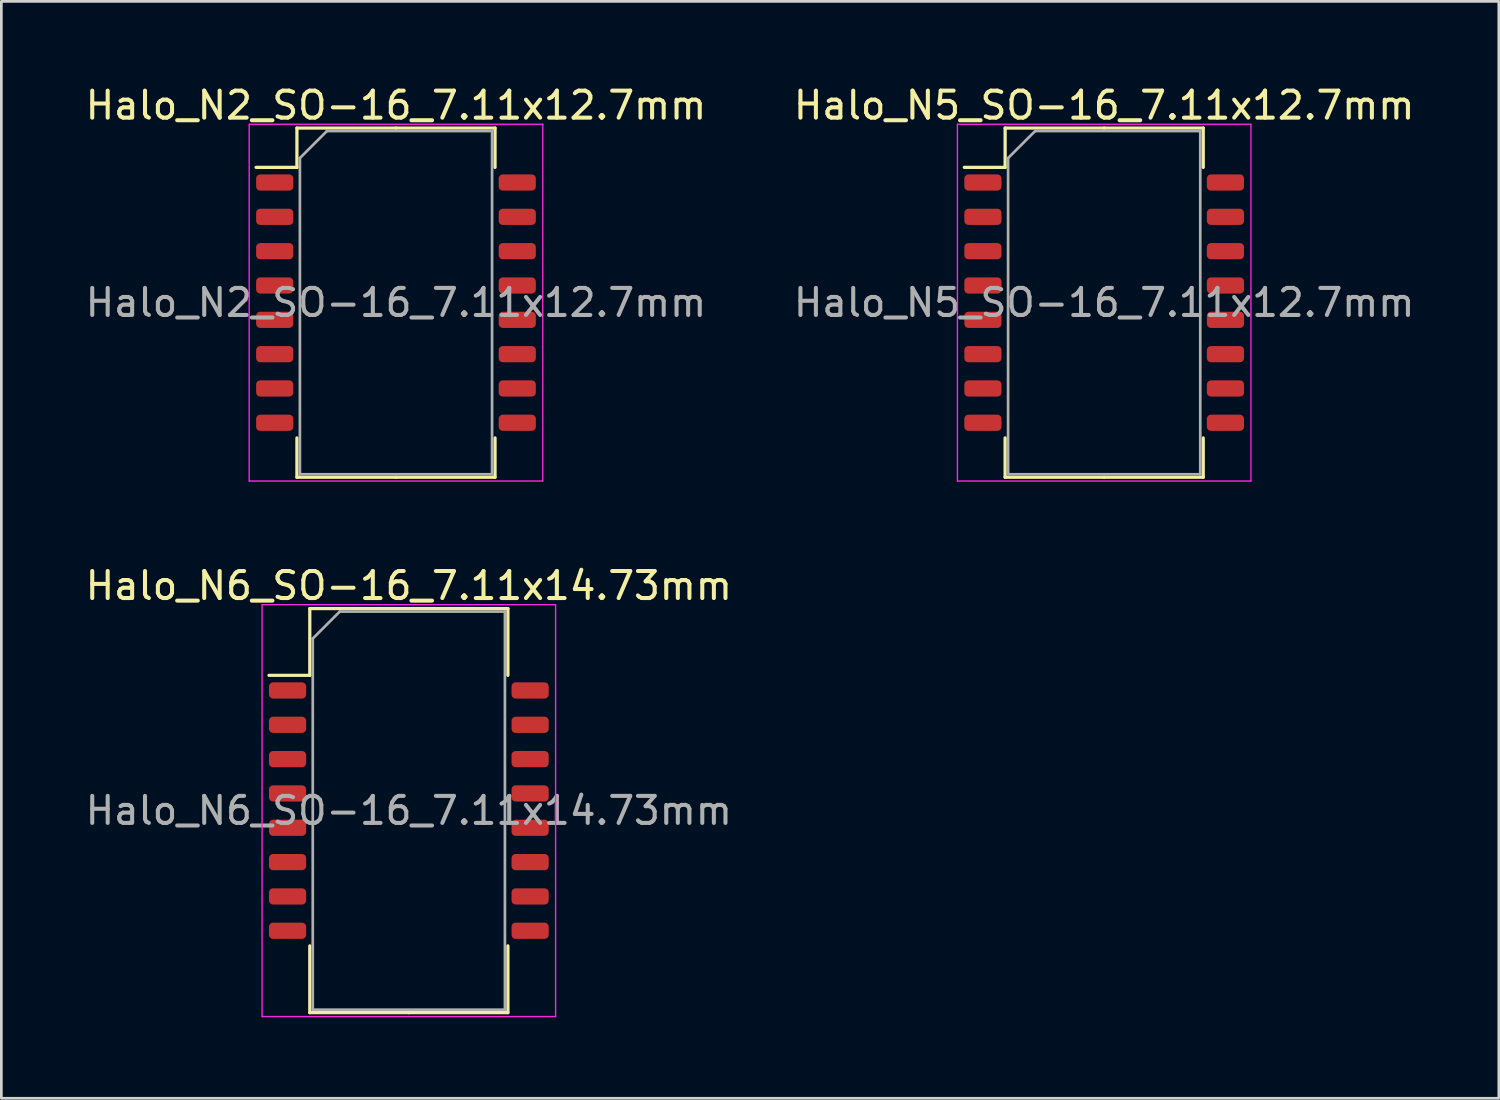
<source format=kicad_pcb>
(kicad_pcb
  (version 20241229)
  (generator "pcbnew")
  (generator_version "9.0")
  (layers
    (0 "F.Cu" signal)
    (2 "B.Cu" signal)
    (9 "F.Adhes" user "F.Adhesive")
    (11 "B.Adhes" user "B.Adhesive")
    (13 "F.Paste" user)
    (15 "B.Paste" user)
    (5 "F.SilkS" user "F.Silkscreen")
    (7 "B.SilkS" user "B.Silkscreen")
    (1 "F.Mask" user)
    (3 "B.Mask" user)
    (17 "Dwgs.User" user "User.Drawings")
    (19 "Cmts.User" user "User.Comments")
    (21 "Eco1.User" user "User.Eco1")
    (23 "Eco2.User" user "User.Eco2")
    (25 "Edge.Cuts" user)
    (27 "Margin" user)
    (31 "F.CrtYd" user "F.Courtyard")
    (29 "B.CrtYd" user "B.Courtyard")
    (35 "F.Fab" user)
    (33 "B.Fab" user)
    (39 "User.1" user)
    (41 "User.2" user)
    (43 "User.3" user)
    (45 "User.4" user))
  (footprint "Halo_N6_SO-16_7.11x14.73mm"
    (layer "F.Cu")
    (at 12.077 26.942)
    (property "Reference" "Halo_N6_SO-16_7.11x14.73mm" (at 0 -8.32 0) (layer "F.SilkS") (effects (font (size 1 1) (thickness 0.15))))
    (attr smd)
    (fp_line (start -3.665 -7.475) (end -3.665 -5.005) (stroke (width 0.12) (type solid)) (layer "F.SilkS"))
    (fp_line (start -3.665 -5.005) (end -5.175 -5.005) (stroke (width 0.12) (type solid)) (layer "F.SilkS"))
    (fp_line (start -3.665 7.475) (end -3.665 5.005) (stroke (width 0.12) (type solid)) (layer "F.SilkS"))
    (fp_line (start 0 -7.475) (end -3.665 -7.475) (stroke (width 0.12) (type solid)) (layer "F.SilkS"))
    (fp_line (start 0 -7.475) (end 3.665 -7.475) (stroke (width 0.12) (type solid)) (layer "F.SilkS"))
    (fp_line (start 0 7.475) (end -3.665 7.475) (stroke (width 0.12) (type solid)) (layer "F.SilkS"))
    (fp_line (start 0 7.475) (end 3.665 7.475) (stroke (width 0.12) (type solid)) (layer "F.SilkS"))
    (fp_line (start 3.665 -7.475) (end 3.665 -5.005) (stroke (width 0.12) (type solid)) (layer "F.SilkS"))
    (fp_line (start 3.665 7.475) (end 3.665 5.005) (stroke (width 0.12) (type solid)) (layer "F.SilkS"))
    (fp_line (start -5.43 -7.62) (end -5.43 7.62) (stroke (width 0.05) (type solid)) (layer "F.CrtYd"))
    (fp_line (start -5.43 7.62) (end 5.43 7.62) (stroke (width 0.05) (type solid)) (layer "F.CrtYd"))
    (fp_line (start 5.43 -7.62) (end -5.43 -7.62) (stroke (width 0.05) (type solid)) (layer "F.CrtYd"))
    (fp_line (start 5.43 7.62) (end 5.43 -7.62) (stroke (width 0.05) (type solid)) (layer "F.CrtYd"))
    (fp_line (start -3.555 -6.365) (end -2.555 -7.365) (stroke (width 0.1) (type solid)) (layer "F.Fab"))
    (fp_line (start -3.555 7.365) (end -3.555 -6.365) (stroke (width 0.1) (type solid)) (layer "F.Fab"))
    (fp_line (start -2.555 -7.365) (end 3.555 -7.365) (stroke (width 0.1) (type solid)) (layer "F.Fab"))
    (fp_line (start 3.555 -7.365) (end 3.555 7.365) (stroke (width 0.1) (type solid)) (layer "F.Fab"))
    (fp_line (start 3.555 7.365) (end -3.555 7.365) (stroke (width 0.1) (type solid)) (layer "F.Fab"))
    (fp_text user "${REFERENCE}" (at 0 0 0) (layer "F.Fab") (effects (font (size 1 1) (thickness 0.15))))
    (pad "1" smd roundrect (at -4.487 -4.445) (size 1.375 0.6) (layers "F.Cu" "F.Mask" "F.Paste") (roundrect_rratio 0.25))
    (pad "2" smd roundrect (at -4.487 -3.175) (size 1.375 0.6) (layers "F.Cu" "F.Mask" "F.Paste") (roundrect_rratio 0.25))
    (pad "3" smd roundrect (at -4.487 -1.905) (size 1.375 0.6) (layers "F.Cu" "F.Mask" "F.Paste") (roundrect_rratio 0.25))
    (pad "4" smd roundrect (at -4.487 -0.635) (size 1.375 0.6) (layers "F.Cu" "F.Mask" "F.Paste") (roundrect_rratio 0.25))
    (pad "5" smd roundrect (at -4.487 0.635) (size 1.375 0.6) (layers "F.Cu" "F.Mask" "F.Paste") (roundrect_rratio 0.25))
    (pad "6" smd roundrect (at -4.487 1.905) (size 1.375 0.6) (layers "F.Cu" "F.Mask" "F.Paste") (roundrect_rratio 0.25))
    (pad "7" smd roundrect (at -4.487 3.175) (size 1.375 0.6) (layers "F.Cu" "F.Mask" "F.Paste") (roundrect_rratio 0.25))
    (pad "8" smd roundrect (at -4.487 4.445) (size 1.375 0.6) (layers "F.Cu" "F.Mask" "F.Paste") (roundrect_rratio 0.25))
    (pad "9" smd roundrect (at 4.487 4.445) (size 1.375 0.6) (layers "F.Cu" "F.Mask" "F.Paste") (roundrect_rratio 0.25))
    (pad "10" smd roundrect (at 4.487 3.175) (size 1.375 0.6) (layers "F.Cu" "F.Mask" "F.Paste") (roundrect_rratio 0.25))
    (pad "11" smd roundrect (at 4.487 1.905) (size 1.375 0.6) (layers "F.Cu" "F.Mask" "F.Paste") (roundrect_rratio 0.25))
    (pad "12" smd roundrect (at 4.487 0.635) (size 1.375 0.6) (layers "F.Cu" "F.Mask" "F.Paste") (roundrect_rratio 0.25))
    (pad "13" smd roundrect (at 4.487 -0.635) (size 1.375 0.6) (layers "F.Cu" "F.Mask" "F.Paste") (roundrect_rratio 0.25))
    (pad "14" smd roundrect (at 4.487 -1.905) (size 1.375 0.6) (layers "F.Cu" "F.Mask" "F.Paste") (roundrect_rratio 0.25))
    (pad "15" smd roundrect (at 4.487 -3.175) (size 1.375 0.6) (layers "F.Cu" "F.Mask" "F.Paste") (roundrect_rratio 0.25))
    (pad "16" smd roundrect (at 4.487 -4.445) (size 1.375 0.6) (layers "F.Cu" "F.Mask" "F.Paste") (roundrect_rratio 0.25)))
  (footprint "Halo_N5_SO-16_7.11x12.7mm"
    (layer "F.Cu")
    (at 37.804 8.148)
    (property "Reference" "Halo_N5_SO-16_7.11x12.7mm" (at 0 -7.3 0) (layer "F.SilkS") (effects (font (size 1 1) (thickness 0.15))))
    (attr smd)
    (fp_line (start -3.665 -6.46) (end -3.665 -5.005) (stroke (width 0.12) (type solid)) (layer "F.SilkS"))
    (fp_line (start -3.665 -5.005) (end -5.175 -5.005) (stroke (width 0.12) (type solid)) (layer "F.SilkS"))
    (fp_line (start -3.665 6.46) (end -3.665 5.005) (stroke (width 0.12) (type solid)) (layer "F.SilkS"))
    (fp_line (start 0 -6.46) (end -3.665 -6.46) (stroke (width 0.12) (type solid)) (layer "F.SilkS"))
    (fp_line (start 0 -6.46) (end 3.665 -6.46) (stroke (width 0.12) (type solid)) (layer "F.SilkS"))
    (fp_line (start 0 6.46) (end -3.665 6.46) (stroke (width 0.12) (type solid)) (layer "F.SilkS"))
    (fp_line (start 0 6.46) (end 3.665 6.46) (stroke (width 0.12) (type solid)) (layer "F.SilkS"))
    (fp_line (start 3.665 -6.46) (end 3.665 -5.005) (stroke (width 0.12) (type solid)) (layer "F.SilkS"))
    (fp_line (start 3.665 6.46) (end 3.665 5.005) (stroke (width 0.12) (type solid)) (layer "F.SilkS"))
    (fp_line (start -5.43 -6.6) (end -5.43 6.6) (stroke (width 0.05) (type solid)) (layer "F.CrtYd"))
    (fp_line (start -5.43 6.6) (end 5.43 6.6) (stroke (width 0.05) (type solid)) (layer "F.CrtYd"))
    (fp_line (start 5.43 -6.6) (end -5.43 -6.6) (stroke (width 0.05) (type solid)) (layer "F.CrtYd"))
    (fp_line (start 5.43 6.6) (end 5.43 -6.6) (stroke (width 0.05) (type solid)) (layer "F.CrtYd"))
    (fp_line (start -3.555 -5.35) (end -2.555 -6.35) (stroke (width 0.1) (type solid)) (layer "F.Fab"))
    (fp_line (start -3.555 6.35) (end -3.555 -5.35) (stroke (width 0.1) (type solid)) (layer "F.Fab"))
    (fp_line (start -2.555 -6.35) (end 3.555 -6.35) (stroke (width 0.1) (type solid)) (layer "F.Fab"))
    (fp_line (start 3.555 -6.35) (end 3.555 6.35) (stroke (width 0.1) (type solid)) (layer "F.Fab"))
    (fp_line (start 3.555 6.35) (end -3.555 6.35) (stroke (width 0.1) (type solid)) (layer "F.Fab"))
    (fp_text user "${REFERENCE}" (at 0 0 0) (layer "F.Fab") (effects (font (size 1 1) (thickness 0.15))))
    (pad "1" smd roundrect (at -4.487 -4.445) (size 1.375 0.6) (layers "F.Cu" "F.Mask" "F.Paste") (roundrect_rratio 0.25))
    (pad "2" smd roundrect (at -4.487 -3.175) (size 1.375 0.6) (layers "F.Cu" "F.Mask" "F.Paste") (roundrect_rratio 0.25))
    (pad "3" smd roundrect (at -4.487 -1.905) (size 1.375 0.6) (layers "F.Cu" "F.Mask" "F.Paste") (roundrect_rratio 0.25))
    (pad "4" smd roundrect (at -4.487 -0.635) (size 1.375 0.6) (layers "F.Cu" "F.Mask" "F.Paste") (roundrect_rratio 0.25))
    (pad "5" smd roundrect (at -4.487 0.635) (size 1.375 0.6) (layers "F.Cu" "F.Mask" "F.Paste") (roundrect_rratio 0.25))
    (pad "6" smd roundrect (at -4.487 1.905) (size 1.375 0.6) (layers "F.Cu" "F.Mask" "F.Paste") (roundrect_rratio 0.25))
    (pad "7" smd roundrect (at -4.487 3.175) (size 1.375 0.6) (layers "F.Cu" "F.Mask" "F.Paste") (roundrect_rratio 0.25))
    (pad "8" smd roundrect (at -4.487 4.445) (size 1.375 0.6) (layers "F.Cu" "F.Mask" "F.Paste") (roundrect_rratio 0.25))
    (pad "9" smd roundrect (at 4.487 4.445) (size 1.375 0.6) (layers "F.Cu" "F.Mask" "F.Paste") (roundrect_rratio 0.25))
    (pad "10" smd roundrect (at 4.487 3.175) (size 1.375 0.6) (layers "F.Cu" "F.Mask" "F.Paste") (roundrect_rratio 0.25))
    (pad "11" smd roundrect (at 4.487 1.905) (size 1.375 0.6) (layers "F.Cu" "F.Mask" "F.Paste") (roundrect_rratio 0.25))
    (pad "12" smd roundrect (at 4.487 0.635) (size 1.375 0.6) (layers "F.Cu" "F.Mask" "F.Paste") (roundrect_rratio 0.25))
    (pad "13" smd roundrect (at 4.487 -0.635) (size 1.375 0.6) (layers "F.Cu" "F.Mask" "F.Paste") (roundrect_rratio 0.25))
    (pad "14" smd roundrect (at 4.487 -1.905) (size 1.375 0.6) (layers "F.Cu" "F.Mask" "F.Paste") (roundrect_rratio 0.25))
    (pad "15" smd roundrect (at 4.487 -3.175) (size 1.375 0.6) (layers "F.Cu" "F.Mask" "F.Paste") (roundrect_rratio 0.25))
    (pad "16" smd roundrect (at 4.487 -4.445) (size 1.375 0.6) (layers "F.Cu" "F.Mask" "F.Paste") (roundrect_rratio 0.25)))
  (footprint "Halo_N2_SO-16_7.11x12.7mm"
    (layer "F.Cu")
    (at 11.601 8.148)
    (property "Reference" "Halo_N2_SO-16_7.11x12.7mm" (at 0 -7.3 0) (layer "F.SilkS") (effects (font (size 1 1) (thickness 0.15))))
    (attr smd)
    (fp_line (start -3.665 -6.46) (end -3.665 -5.005) (stroke (width 0.12) (type solid)) (layer "F.SilkS"))
    (fp_line (start -3.665 -5.005) (end -5.175 -5.005) (stroke (width 0.12) (type solid)) (layer "F.SilkS"))
    (fp_line (start -3.665 6.46) (end -3.665 5.005) (stroke (width 0.12) (type solid)) (layer "F.SilkS"))
    (fp_line (start 0 -6.46) (end -3.665 -6.46) (stroke (width 0.12) (type solid)) (layer "F.SilkS"))
    (fp_line (start 0 -6.46) (end 3.665 -6.46) (stroke (width 0.12) (type solid)) (layer "F.SilkS"))
    (fp_line (start 0 6.46) (end -3.665 6.46) (stroke (width 0.12) (type solid)) (layer "F.SilkS"))
    (fp_line (start 0 6.46) (end 3.665 6.46) (stroke (width 0.12) (type solid)) (layer "F.SilkS"))
    (fp_line (start 3.665 -6.46) (end 3.665 -5.005) (stroke (width 0.12) (type solid)) (layer "F.SilkS"))
    (fp_line (start 3.665 6.46) (end 3.665 5.005) (stroke (width 0.12) (type solid)) (layer "F.SilkS"))
    (fp_line (start -5.43 -6.6) (end -5.43 6.6) (stroke (width 0.05) (type solid)) (layer "F.CrtYd"))
    (fp_line (start -5.43 6.6) (end 5.43 6.6) (stroke (width 0.05) (type solid)) (layer "F.CrtYd"))
    (fp_line (start 5.43 -6.6) (end -5.43 -6.6) (stroke (width 0.05) (type solid)) (layer "F.CrtYd"))
    (fp_line (start 5.43 6.6) (end 5.43 -6.6) (stroke (width 0.05) (type solid)) (layer "F.CrtYd"))
    (fp_line (start -3.555 -5.35) (end -2.555 -6.35) (stroke (width 0.1) (type solid)) (layer "F.Fab"))
    (fp_line (start -3.555 6.35) (end -3.555 -5.35) (stroke (width 0.1) (type solid)) (layer "F.Fab"))
    (fp_line (start -2.555 -6.35) (end 3.555 -6.35) (stroke (width 0.1) (type solid)) (layer "F.Fab"))
    (fp_line (start 3.555 -6.35) (end 3.555 6.35) (stroke (width 0.1) (type solid)) (layer "F.Fab"))
    (fp_line (start 3.555 6.35) (end -3.555 6.35) (stroke (width 0.1) (type solid)) (layer "F.Fab"))
    (fp_text user "${REFERENCE}" (at 0 0 0) (layer "F.Fab") (effects (font (size 1 1) (thickness 0.15))))
    (pad "1" smd roundrect (at -4.487 -4.445) (size 1.375 0.6) (layers "F.Cu" "F.Mask" "F.Paste") (roundrect_rratio 0.25))
    (pad "2" smd roundrect (at -4.487 -3.175) (size 1.375 0.6) (layers "F.Cu" "F.Mask" "F.Paste") (roundrect_rratio 0.25))
    (pad "3" smd roundrect (at -4.487 -1.905) (size 1.375 0.6) (layers "F.Cu" "F.Mask" "F.Paste") (roundrect_rratio 0.25))
    (pad "4" smd roundrect (at -4.487 -0.635) (size 1.375 0.6) (layers "F.Cu" "F.Mask" "F.Paste") (roundrect_rratio 0.25))
    (pad "5" smd roundrect (at -4.487 0.635) (size 1.375 0.6) (layers "F.Cu" "F.Mask" "F.Paste") (roundrect_rratio 0.25))
    (pad "6" smd roundrect (at -4.487 1.905) (size 1.375 0.6) (layers "F.Cu" "F.Mask" "F.Paste") (roundrect_rratio 0.25))
    (pad "7" smd roundrect (at -4.487 3.175) (size 1.375 0.6) (layers "F.Cu" "F.Mask" "F.Paste") (roundrect_rratio 0.25))
    (pad "8" smd roundrect (at -4.487 4.445) (size 1.375 0.6) (layers "F.Cu" "F.Mask" "F.Paste") (roundrect_rratio 0.25))
    (pad "9" smd roundrect (at 4.487 4.445) (size 1.375 0.6) (layers "F.Cu" "F.Mask" "F.Paste") (roundrect_rratio 0.25))
    (pad "10" smd roundrect (at 4.487 3.175) (size 1.375 0.6) (layers "F.Cu" "F.Mask" "F.Paste") (roundrect_rratio 0.25))
    (pad "11" smd roundrect (at 4.487 1.905) (size 1.375 0.6) (layers "F.Cu" "F.Mask" "F.Paste") (roundrect_rratio 0.25))
    (pad "12" smd roundrect (at 4.487 0.635) (size 1.375 0.6) (layers "F.Cu" "F.Mask" "F.Paste") (roundrect_rratio 0.25))
    (pad "13" smd roundrect (at 4.487 -0.635) (size 1.375 0.6) (layers "F.Cu" "F.Mask" "F.Paste") (roundrect_rratio 0.25))
    (pad "14" smd roundrect (at 4.487 -1.905) (size 1.375 0.6) (layers "F.Cu" "F.Mask" "F.Paste") (roundrect_rratio 0.25))
    (pad "15" smd roundrect (at 4.487 -3.175) (size 1.375 0.6) (layers "F.Cu" "F.Mask" "F.Paste") (roundrect_rratio 0.25))
    (pad "16" smd roundrect (at 4.487 -4.445) (size 1.375 0.6) (layers "F.Cu" "F.Mask" "F.Paste") (roundrect_rratio 0.25)))
  (gr_rect
    (start -3 -3)
    (end 52.405 37.587)
    (stroke (width 0.1) (type default))
    (fill no)
    (layer "Edge.Cuts")))
</source>
